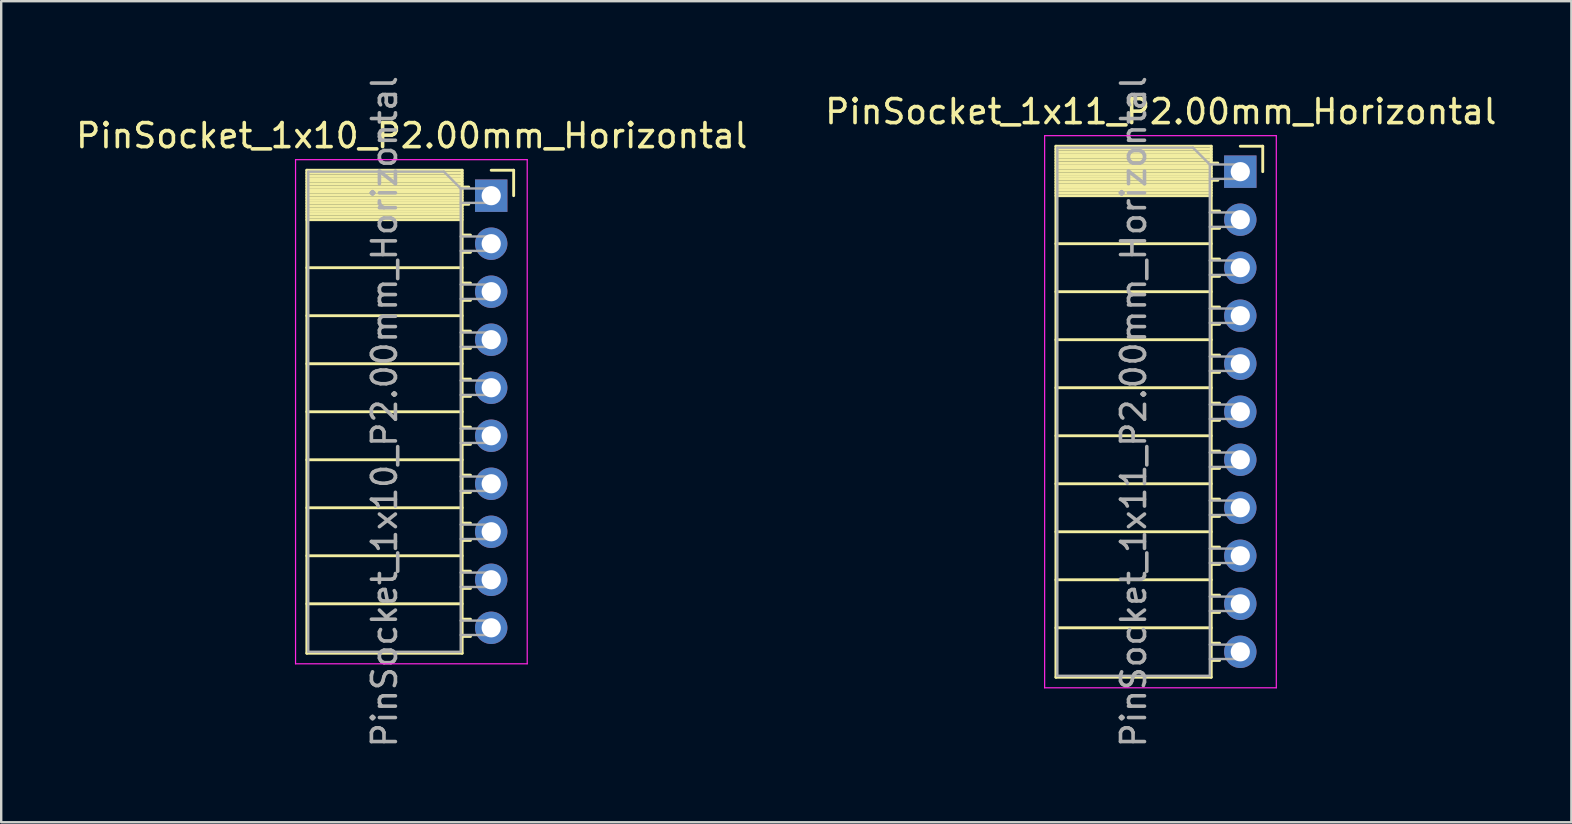
<source format=kicad_pcb>
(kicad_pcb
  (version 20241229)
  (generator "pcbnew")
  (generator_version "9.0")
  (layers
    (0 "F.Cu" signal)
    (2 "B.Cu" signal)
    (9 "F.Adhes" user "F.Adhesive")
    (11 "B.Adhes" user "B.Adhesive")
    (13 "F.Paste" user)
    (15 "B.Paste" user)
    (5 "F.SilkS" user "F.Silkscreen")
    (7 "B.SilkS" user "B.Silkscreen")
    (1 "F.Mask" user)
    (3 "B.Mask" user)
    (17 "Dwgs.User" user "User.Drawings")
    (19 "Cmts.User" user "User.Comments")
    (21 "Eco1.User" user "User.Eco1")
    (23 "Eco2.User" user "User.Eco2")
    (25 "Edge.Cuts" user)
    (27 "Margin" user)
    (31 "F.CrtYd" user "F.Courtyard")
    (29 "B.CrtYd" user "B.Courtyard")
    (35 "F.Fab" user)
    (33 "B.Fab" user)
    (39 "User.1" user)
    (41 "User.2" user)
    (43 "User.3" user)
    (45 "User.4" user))
  (footprint "PinSocket_1x11_P2.00mm_Horizontal"
    (layer "F.Cu")
    (at 48.614 4.101)
    (property "Reference" "PinSocket_1x11_P2.00mm_Horizontal" (at -3.31 -2.5 0) (layer "F.SilkS") (effects (font (size 1 1) (thickness 0.15))))
    (attr through_hole)
    (fp_line (start -7.68 -1.06) (end -7.68 21.06) (stroke (width 0.12) (type solid)) (layer "F.SilkS"))
    (fp_line (start -7.68 -1.06) (end -1.21 -1.06) (stroke (width 0.12) (type solid)) (layer "F.SilkS"))
    (fp_line (start -7.68 -0.94) (end -1.21 -0.94) (stroke (width 0.12) (type solid)) (layer "F.SilkS"))
    (fp_line (start -7.68 -0.826) (end -1.21 -0.826) (stroke (width 0.12) (type solid)) (layer "F.SilkS"))
    (fp_line (start -7.68 -0.712) (end -1.21 -0.712) (stroke (width 0.12) (type solid)) (layer "F.SilkS"))
    (fp_line (start -7.68 -0.598) (end -1.21 -0.598) (stroke (width 0.12) (type solid)) (layer "F.SilkS"))
    (fp_line (start -7.68 -0.484) (end -1.21 -0.484) (stroke (width 0.12) (type solid)) (layer "F.SilkS"))
    (fp_line (start -7.68 -0.369) (end -1.21 -0.369) (stroke (width 0.12) (type solid)) (layer "F.SilkS"))
    (fp_line (start -7.68 -0.255) (end -1.21 -0.255) (stroke (width 0.12) (type solid)) (layer "F.SilkS"))
    (fp_line (start -7.68 -0.141) (end -1.21 -0.141) (stroke (width 0.12) (type solid)) (layer "F.SilkS"))
    (fp_line (start -7.68 -0.027) (end -1.21 -0.027) (stroke (width 0.12) (type solid)) (layer "F.SilkS"))
    (fp_line (start -7.68 0.087) (end -1.21 0.087) (stroke (width 0.12) (type solid)) (layer "F.SilkS"))
    (fp_line (start -7.68 0.201) (end -1.21 0.201) (stroke (width 0.12) (type solid)) (layer "F.SilkS"))
    (fp_line (start -7.68 0.315) (end -1.21 0.315) (stroke (width 0.12) (type solid)) (layer "F.SilkS"))
    (fp_line (start -7.68 0.429) (end -1.21 0.429) (stroke (width 0.12) (type solid)) (layer "F.SilkS"))
    (fp_line (start -7.68 0.544) (end -1.21 0.544) (stroke (width 0.12) (type solid)) (layer "F.SilkS"))
    (fp_line (start -7.68 0.658) (end -1.21 0.658) (stroke (width 0.12) (type solid)) (layer "F.SilkS"))
    (fp_line (start -7.68 0.772) (end -1.21 0.772) (stroke (width 0.12) (type solid)) (layer "F.SilkS"))
    (fp_line (start -7.68 0.886) (end -1.21 0.886) (stroke (width 0.12) (type solid)) (layer "F.SilkS"))
    (fp_line (start -7.68 1) (end -1.21 1) (stroke (width 0.12) (type solid)) (layer "F.SilkS"))
    (fp_line (start -7.68 3) (end -1.21 3) (stroke (width 0.12) (type solid)) (layer "F.SilkS"))
    (fp_line (start -7.68 5) (end -1.21 5) (stroke (width 0.12) (type solid)) (layer "F.SilkS"))
    (fp_line (start -7.68 7) (end -1.21 7) (stroke (width 0.12) (type solid)) (layer "F.SilkS"))
    (fp_line (start -7.68 9) (end -1.21 9) (stroke (width 0.12) (type solid)) (layer "F.SilkS"))
    (fp_line (start -7.68 11) (end -1.21 11) (stroke (width 0.12) (type solid)) (layer "F.SilkS"))
    (fp_line (start -7.68 13) (end -1.21 13) (stroke (width 0.12) (type solid)) (layer "F.SilkS"))
    (fp_line (start -7.68 15) (end -1.21 15) (stroke (width 0.12) (type solid)) (layer "F.SilkS"))
    (fp_line (start -7.68 17) (end -1.21 17) (stroke (width 0.12) (type solid)) (layer "F.SilkS"))
    (fp_line (start -7.68 19) (end -1.21 19) (stroke (width 0.12) (type solid)) (layer "F.SilkS"))
    (fp_line (start -7.68 21.06) (end -1.21 21.06) (stroke (width 0.12) (type solid)) (layer "F.SilkS"))
    (fp_line (start -1.21 -1.06) (end -1.21 21.06) (stroke (width 0.12) (type solid)) (layer "F.SilkS"))
    (fp_line (start -1.21 -0.36) (end -0.935 -0.36) (stroke (width 0.12) (type solid)) (layer "F.SilkS"))
    (fp_line (start -1.21 0.36) (end -0.935 0.36) (stroke (width 0.12) (type solid)) (layer "F.SilkS"))
    (fp_line (start -1.21 1.64) (end -0.863 1.64) (stroke (width 0.12) (type solid)) (layer "F.SilkS"))
    (fp_line (start -1.21 2.36) (end -0.863 2.36) (stroke (width 0.12) (type solid)) (layer "F.SilkS"))
    (fp_line (start -1.21 3.64) (end -0.863 3.64) (stroke (width 0.12) (type solid)) (layer "F.SilkS"))
    (fp_line (start -1.21 4.36) (end -0.863 4.36) (stroke (width 0.12) (type solid)) (layer "F.SilkS"))
    (fp_line (start -1.21 5.64) (end -0.863 5.64) (stroke (width 0.12) (type solid)) (layer "F.SilkS"))
    (fp_line (start -1.21 6.36) (end -0.863 6.36) (stroke (width 0.12) (type solid)) (layer "F.SilkS"))
    (fp_line (start -1.21 7.64) (end -0.863 7.64) (stroke (width 0.12) (type solid)) (layer "F.SilkS"))
    (fp_line (start -1.21 8.36) (end -0.863 8.36) (stroke (width 0.12) (type solid)) (layer "F.SilkS"))
    (fp_line (start -1.21 9.64) (end -0.863 9.64) (stroke (width 0.12) (type solid)) (layer "F.SilkS"))
    (fp_line (start -1.21 10.36) (end -0.863 10.36) (stroke (width 0.12) (type solid)) (layer "F.SilkS"))
    (fp_line (start -1.21 11.64) (end -0.863 11.64) (stroke (width 0.12) (type solid)) (layer "F.SilkS"))
    (fp_line (start -1.21 12.36) (end -0.863 12.36) (stroke (width 0.12) (type solid)) (layer "F.SilkS"))
    (fp_line (start -1.21 13.64) (end -0.863 13.64) (stroke (width 0.12) (type solid)) (layer "F.SilkS"))
    (fp_line (start -1.21 14.36) (end -0.863 14.36) (stroke (width 0.12) (type solid)) (layer "F.SilkS"))
    (fp_line (start -1.21 15.64) (end -0.863 15.64) (stroke (width 0.12) (type solid)) (layer "F.SilkS"))
    (fp_line (start -1.21 16.36) (end -0.863 16.36) (stroke (width 0.12) (type solid)) (layer "F.SilkS"))
    (fp_line (start -1.21 17.64) (end -0.863 17.64) (stroke (width 0.12) (type solid)) (layer "F.SilkS"))
    (fp_line (start -1.21 18.36) (end -0.863 18.36) (stroke (width 0.12) (type solid)) (layer "F.SilkS"))
    (fp_line (start -1.21 19.64) (end -0.863 19.64) (stroke (width 0.12) (type solid)) (layer "F.SilkS"))
    (fp_line (start -1.21 20.36) (end -0.863 20.36) (stroke (width 0.12) (type solid)) (layer "F.SilkS"))
    (fp_line (start 0 -1.06) (end 0.935 -1.06) (stroke (width 0.12) (type solid)) (layer "F.SilkS"))
    (fp_line (start 0.935 -1.06) (end 0.935 0) (stroke (width 0.12) (type solid)) (layer "F.SilkS"))
    (fp_line (start -8.15 -1.5) (end -8.15 21.5) (stroke (width 0.05) (type solid)) (layer "F.CrtYd"))
    (fp_line (start -8.15 21.5) (end 1.5 21.5) (stroke (width 0.05) (type solid)) (layer "F.CrtYd"))
    (fp_line (start 1.5 -1.5) (end -8.15 -1.5) (stroke (width 0.05) (type solid)) (layer "F.CrtYd"))
    (fp_line (start 1.5 21.5) (end 1.5 -1.5) (stroke (width 0.05) (type solid)) (layer "F.CrtYd"))
    (fp_line (start -7.62 -1) (end -1.97 -1) (stroke (width 0.1) (type solid)) (layer "F.Fab"))
    (fp_line (start -7.62 21) (end -7.62 -1) (stroke (width 0.1) (type solid)) (layer "F.Fab"))
    (fp_line (start -1.97 -1) (end -1.27 -0.3) (stroke (width 0.1) (type solid)) (layer "F.Fab"))
    (fp_line (start -1.27 -0.3) (end -1.27 21) (stroke (width 0.1) (type solid)) (layer "F.Fab"))
    (fp_line (start -1.27 0.3) (end 0 0.3) (stroke (width 0.1) (type solid)) (layer "F.Fab"))
    (fp_line (start -1.27 2.3) (end 0 2.3) (stroke (width 0.1) (type solid)) (layer "F.Fab"))
    (fp_line (start -1.27 4.3) (end 0 4.3) (stroke (width 0.1) (type solid)) (layer "F.Fab"))
    (fp_line (start -1.27 6.3) (end 0 6.3) (stroke (width 0.1) (type solid)) (layer "F.Fab"))
    (fp_line (start -1.27 8.3) (end 0 8.3) (stroke (width 0.1) (type solid)) (layer "F.Fab"))
    (fp_line (start -1.27 10.3) (end 0 10.3) (stroke (width 0.1) (type solid)) (layer "F.Fab"))
    (fp_line (start -1.27 12.3) (end 0 12.3) (stroke (width 0.1) (type solid)) (layer "F.Fab"))
    (fp_line (start -1.27 14.3) (end 0 14.3) (stroke (width 0.1) (type solid)) (layer "F.Fab"))
    (fp_line (start -1.27 16.3) (end 0 16.3) (stroke (width 0.1) (type solid)) (layer "F.Fab"))
    (fp_line (start -1.27 18.3) (end 0 18.3) (stroke (width 0.1) (type solid)) (layer "F.Fab"))
    (fp_line (start -1.27 20.3) (end 0 20.3) (stroke (width 0.1) (type solid)) (layer "F.Fab"))
    (fp_line (start -1.27 21) (end -7.62 21) (stroke (width 0.1) (type solid)) (layer "F.Fab"))
    (fp_line (start 0 -0.3) (end -1.27 -0.3) (stroke (width 0.1) (type solid)) (layer "F.Fab"))
    (fp_line (start 0 0.3) (end 0 -0.3) (stroke (width 0.1) (type solid)) (layer "F.Fab"))
    (fp_line (start 0 1.7) (end -1.27 1.7) (stroke (width 0.1) (type solid)) (layer "F.Fab"))
    (fp_line (start 0 2.3) (end 0 1.7) (stroke (width 0.1) (type solid)) (layer "F.Fab"))
    (fp_line (start 0 3.7) (end -1.27 3.7) (stroke (width 0.1) (type solid)) (layer "F.Fab"))
    (fp_line (start 0 4.3) (end 0 3.7) (stroke (width 0.1) (type solid)) (layer "F.Fab"))
    (fp_line (start 0 5.7) (end -1.27 5.7) (stroke (width 0.1) (type solid)) (layer "F.Fab"))
    (fp_line (start 0 6.3) (end 0 5.7) (stroke (width 0.1) (type solid)) (layer "F.Fab"))
    (fp_line (start 0 7.7) (end -1.27 7.7) (stroke (width 0.1) (type solid)) (layer "F.Fab"))
    (fp_line (start 0 8.3) (end 0 7.7) (stroke (width 0.1) (type solid)) (layer "F.Fab"))
    (fp_line (start 0 9.7) (end -1.27 9.7) (stroke (width 0.1) (type solid)) (layer "F.Fab"))
    (fp_line (start 0 10.3) (end 0 9.7) (stroke (width 0.1) (type solid)) (layer "F.Fab"))
    (fp_line (start 0 11.7) (end -1.27 11.7) (stroke (width 0.1) (type solid)) (layer "F.Fab"))
    (fp_line (start 0 12.3) (end 0 11.7) (stroke (width 0.1) (type solid)) (layer "F.Fab"))
    (fp_line (start 0 13.7) (end -1.27 13.7) (stroke (width 0.1) (type solid)) (layer "F.Fab"))
    (fp_line (start 0 14.3) (end 0 13.7) (stroke (width 0.1) (type solid)) (layer "F.Fab"))
    (fp_line (start 0 15.7) (end -1.27 15.7) (stroke (width 0.1) (type solid)) (layer "F.Fab"))
    (fp_line (start 0 16.3) (end 0 15.7) (stroke (width 0.1) (type solid)) (layer "F.Fab"))
    (fp_line (start 0 17.7) (end -1.27 17.7) (stroke (width 0.1) (type solid)) (layer "F.Fab"))
    (fp_line (start 0 18.3) (end 0 17.7) (stroke (width 0.1) (type solid)) (layer "F.Fab"))
    (fp_line (start 0 19.7) (end -1.27 19.7) (stroke (width 0.1) (type solid)) (layer "F.Fab"))
    (fp_line (start 0 20.3) (end 0 19.7) (stroke (width 0.1) (type solid)) (layer "F.Fab"))
    (fp_text user "${REFERENCE}" (at -4.445 10 90) (layer "F.Fab") (effects (font (size 1 1) (thickness 0.15))))
    (pad "1" thru_hole rect (at 0 0) (size 1.35 1.35) (drill 0.8) (layers "*.Cu" "*.Mask"))
    (pad "2" thru_hole oval (at 0 2) (size 1.35 1.35) (drill 0.8) (layers "*.Cu" "*.Mask"))
    (pad "3" thru_hole oval (at 0 4) (size 1.35 1.35) (drill 0.8) (layers "*.Cu" "*.Mask"))
    (pad "4" thru_hole oval (at 0 6) (size 1.35 1.35) (drill 0.8) (layers "*.Cu" "*.Mask"))
    (pad "5" thru_hole oval (at 0 8) (size 1.35 1.35) (drill 0.8) (layers "*.Cu" "*.Mask"))
    (pad "6" thru_hole oval (at 0 10) (size 1.35 1.35) (drill 0.8) (layers "*.Cu" "*.Mask"))
    (pad "7" thru_hole oval (at 0 12) (size 1.35 1.35) (drill 0.8) (layers "*.Cu" "*.Mask"))
    (pad "8" thru_hole oval (at 0 14) (size 1.35 1.35) (drill 0.8) (layers "*.Cu" "*.Mask"))
    (pad "9" thru_hole oval (at 0 16) (size 1.35 1.35) (drill 0.8) (layers "*.Cu" "*.Mask"))
    (pad "10" thru_hole oval (at 0 18) (size 1.35 1.35) (drill 0.8) (layers "*.Cu" "*.Mask"))
    (pad "11" thru_hole oval (at 0 20) (size 1.35 1.35) (drill 0.8) (layers "*.Cu" "*.Mask")))
  (footprint "PinSocket_1x10_P2.00mm_Horizontal"
    (layer "F.Cu")
    (at 17.411 5.101)
    (property "Reference" "PinSocket_1x10_P2.00mm_Horizontal" (at -3.31 -2.5 0) (layer "F.SilkS") (effects (font (size 1 1) (thickness 0.15))))
    (attr through_hole)
    (fp_line (start -7.68 -1.06) (end -7.68 19.06) (stroke (width 0.12) (type solid)) (layer "F.SilkS"))
    (fp_line (start -7.68 -1.06) (end -1.21 -1.06) (stroke (width 0.12) (type solid)) (layer "F.SilkS"))
    (fp_line (start -7.68 -0.94) (end -1.21 -0.94) (stroke (width 0.12) (type solid)) (layer "F.SilkS"))
    (fp_line (start -7.68 -0.826) (end -1.21 -0.826) (stroke (width 0.12) (type solid)) (layer "F.SilkS"))
    (fp_line (start -7.68 -0.712) (end -1.21 -0.712) (stroke (width 0.12) (type solid)) (layer "F.SilkS"))
    (fp_line (start -7.68 -0.598) (end -1.21 -0.598) (stroke (width 0.12) (type solid)) (layer "F.SilkS"))
    (fp_line (start -7.68 -0.484) (end -1.21 -0.484) (stroke (width 0.12) (type solid)) (layer "F.SilkS"))
    (fp_line (start -7.68 -0.369) (end -1.21 -0.369) (stroke (width 0.12) (type solid)) (layer "F.SilkS"))
    (fp_line (start -7.68 -0.255) (end -1.21 -0.255) (stroke (width 0.12) (type solid)) (layer "F.SilkS"))
    (fp_line (start -7.68 -0.141) (end -1.21 -0.141) (stroke (width 0.12) (type solid)) (layer "F.SilkS"))
    (fp_line (start -7.68 -0.027) (end -1.21 -0.027) (stroke (width 0.12) (type solid)) (layer "F.SilkS"))
    (fp_line (start -7.68 0.087) (end -1.21 0.087) (stroke (width 0.12) (type solid)) (layer "F.SilkS"))
    (fp_line (start -7.68 0.201) (end -1.21 0.201) (stroke (width 0.12) (type solid)) (layer "F.SilkS"))
    (fp_line (start -7.68 0.315) (end -1.21 0.315) (stroke (width 0.12) (type solid)) (layer "F.SilkS"))
    (fp_line (start -7.68 0.429) (end -1.21 0.429) (stroke (width 0.12) (type solid)) (layer "F.SilkS"))
    (fp_line (start -7.68 0.544) (end -1.21 0.544) (stroke (width 0.12) (type solid)) (layer "F.SilkS"))
    (fp_line (start -7.68 0.658) (end -1.21 0.658) (stroke (width 0.12) (type solid)) (layer "F.SilkS"))
    (fp_line (start -7.68 0.772) (end -1.21 0.772) (stroke (width 0.12) (type solid)) (layer "F.SilkS"))
    (fp_line (start -7.68 0.886) (end -1.21 0.886) (stroke (width 0.12) (type solid)) (layer "F.SilkS"))
    (fp_line (start -7.68 1) (end -1.21 1) (stroke (width 0.12) (type solid)) (layer "F.SilkS"))
    (fp_line (start -7.68 3) (end -1.21 3) (stroke (width 0.12) (type solid)) (layer "F.SilkS"))
    (fp_line (start -7.68 5) (end -1.21 5) (stroke (width 0.12) (type solid)) (layer "F.SilkS"))
    (fp_line (start -7.68 7) (end -1.21 7) (stroke (width 0.12) (type solid)) (layer "F.SilkS"))
    (fp_line (start -7.68 9) (end -1.21 9) (stroke (width 0.12) (type solid)) (layer "F.SilkS"))
    (fp_line (start -7.68 11) (end -1.21 11) (stroke (width 0.12) (type solid)) (layer "F.SilkS"))
    (fp_line (start -7.68 13) (end -1.21 13) (stroke (width 0.12) (type solid)) (layer "F.SilkS"))
    (fp_line (start -7.68 15) (end -1.21 15) (stroke (width 0.12) (type solid)) (layer "F.SilkS"))
    (fp_line (start -7.68 17) (end -1.21 17) (stroke (width 0.12) (type solid)) (layer "F.SilkS"))
    (fp_line (start -7.68 19.06) (end -1.21 19.06) (stroke (width 0.12) (type solid)) (layer "F.SilkS"))
    (fp_line (start -1.21 -1.06) (end -1.21 19.06) (stroke (width 0.12) (type solid)) (layer "F.SilkS"))
    (fp_line (start -1.21 -0.36) (end -0.935 -0.36) (stroke (width 0.12) (type solid)) (layer "F.SilkS"))
    (fp_line (start -1.21 0.36) (end -0.935 0.36) (stroke (width 0.12) (type solid)) (layer "F.SilkS"))
    (fp_line (start -1.21 1.64) (end -0.863 1.64) (stroke (width 0.12) (type solid)) (layer "F.SilkS"))
    (fp_line (start -1.21 2.36) (end -0.863 2.36) (stroke (width 0.12) (type solid)) (layer "F.SilkS"))
    (fp_line (start -1.21 3.64) (end -0.863 3.64) (stroke (width 0.12) (type solid)) (layer "F.SilkS"))
    (fp_line (start -1.21 4.36) (end -0.863 4.36) (stroke (width 0.12) (type solid)) (layer "F.SilkS"))
    (fp_line (start -1.21 5.64) (end -0.863 5.64) (stroke (width 0.12) (type solid)) (layer "F.SilkS"))
    (fp_line (start -1.21 6.36) (end -0.863 6.36) (stroke (width 0.12) (type solid)) (layer "F.SilkS"))
    (fp_line (start -1.21 7.64) (end -0.863 7.64) (stroke (width 0.12) (type solid)) (layer "F.SilkS"))
    (fp_line (start -1.21 8.36) (end -0.863 8.36) (stroke (width 0.12) (type solid)) (layer "F.SilkS"))
    (fp_line (start -1.21 9.64) (end -0.863 9.64) (stroke (width 0.12) (type solid)) (layer "F.SilkS"))
    (fp_line (start -1.21 10.36) (end -0.863 10.36) (stroke (width 0.12) (type solid)) (layer "F.SilkS"))
    (fp_line (start -1.21 11.64) (end -0.863 11.64) (stroke (width 0.12) (type solid)) (layer "F.SilkS"))
    (fp_line (start -1.21 12.36) (end -0.863 12.36) (stroke (width 0.12) (type solid)) (layer "F.SilkS"))
    (fp_line (start -1.21 13.64) (end -0.863 13.64) (stroke (width 0.12) (type solid)) (layer "F.SilkS"))
    (fp_line (start -1.21 14.36) (end -0.863 14.36) (stroke (width 0.12) (type solid)) (layer "F.SilkS"))
    (fp_line (start -1.21 15.64) (end -0.863 15.64) (stroke (width 0.12) (type solid)) (layer "F.SilkS"))
    (fp_line (start -1.21 16.36) (end -0.863 16.36) (stroke (width 0.12) (type solid)) (layer "F.SilkS"))
    (fp_line (start -1.21 17.64) (end -0.863 17.64) (stroke (width 0.12) (type solid)) (layer "F.SilkS"))
    (fp_line (start -1.21 18.36) (end -0.863 18.36) (stroke (width 0.12) (type solid)) (layer "F.SilkS"))
    (fp_line (start 0 -1.06) (end 0.935 -1.06) (stroke (width 0.12) (type solid)) (layer "F.SilkS"))
    (fp_line (start 0.935 -1.06) (end 0.935 0) (stroke (width 0.12) (type solid)) (layer "F.SilkS"))
    (fp_line (start -8.15 -1.5) (end -8.15 19.5) (stroke (width 0.05) (type solid)) (layer "F.CrtYd"))
    (fp_line (start -8.15 19.5) (end 1.5 19.5) (stroke (width 0.05) (type solid)) (layer "F.CrtYd"))
    (fp_line (start 1.5 -1.5) (end -8.15 -1.5) (stroke (width 0.05) (type solid)) (layer "F.CrtYd"))
    (fp_line (start 1.5 19.5) (end 1.5 -1.5) (stroke (width 0.05) (type solid)) (layer "F.CrtYd"))
    (fp_line (start -7.62 -1) (end -1.97 -1) (stroke (width 0.1) (type solid)) (layer "F.Fab"))
    (fp_line (start -7.62 19) (end -7.62 -1) (stroke (width 0.1) (type solid)) (layer "F.Fab"))
    (fp_line (start -1.97 -1) (end -1.27 -0.3) (stroke (width 0.1) (type solid)) (layer "F.Fab"))
    (fp_line (start -1.27 -0.3) (end -1.27 19) (stroke (width 0.1) (type solid)) (layer "F.Fab"))
    (fp_line (start -1.27 0.3) (end 0 0.3) (stroke (width 0.1) (type solid)) (layer "F.Fab"))
    (fp_line (start -1.27 2.3) (end 0 2.3) (stroke (width 0.1) (type solid)) (layer "F.Fab"))
    (fp_line (start -1.27 4.3) (end 0 4.3) (stroke (width 0.1) (type solid)) (layer "F.Fab"))
    (fp_line (start -1.27 6.3) (end 0 6.3) (stroke (width 0.1) (type solid)) (layer "F.Fab"))
    (fp_line (start -1.27 8.3) (end 0 8.3) (stroke (width 0.1) (type solid)) (layer "F.Fab"))
    (fp_line (start -1.27 10.3) (end 0 10.3) (stroke (width 0.1) (type solid)) (layer "F.Fab"))
    (fp_line (start -1.27 12.3) (end 0 12.3) (stroke (width 0.1) (type solid)) (layer "F.Fab"))
    (fp_line (start -1.27 14.3) (end 0 14.3) (stroke (width 0.1) (type solid)) (layer "F.Fab"))
    (fp_line (start -1.27 16.3) (end 0 16.3) (stroke (width 0.1) (type solid)) (layer "F.Fab"))
    (fp_line (start -1.27 18.3) (end 0 18.3) (stroke (width 0.1) (type solid)) (layer "F.Fab"))
    (fp_line (start -1.27 19) (end -7.62 19) (stroke (width 0.1) (type solid)) (layer "F.Fab"))
    (fp_line (start 0 -0.3) (end -1.27 -0.3) (stroke (width 0.1) (type solid)) (layer "F.Fab"))
    (fp_line (start 0 0.3) (end 0 -0.3) (stroke (width 0.1) (type solid)) (layer "F.Fab"))
    (fp_line (start 0 1.7) (end -1.27 1.7) (stroke (width 0.1) (type solid)) (layer "F.Fab"))
    (fp_line (start 0 2.3) (end 0 1.7) (stroke (width 0.1) (type solid)) (layer "F.Fab"))
    (fp_line (start 0 3.7) (end -1.27 3.7) (stroke (width 0.1) (type solid)) (layer "F.Fab"))
    (fp_line (start 0 4.3) (end 0 3.7) (stroke (width 0.1) (type solid)) (layer "F.Fab"))
    (fp_line (start 0 5.7) (end -1.27 5.7) (stroke (width 0.1) (type solid)) (layer "F.Fab"))
    (fp_line (start 0 6.3) (end 0 5.7) (stroke (width 0.1) (type solid)) (layer "F.Fab"))
    (fp_line (start 0 7.7) (end -1.27 7.7) (stroke (width 0.1) (type solid)) (layer "F.Fab"))
    (fp_line (start 0 8.3) (end 0 7.7) (stroke (width 0.1) (type solid)) (layer "F.Fab"))
    (fp_line (start 0 9.7) (end -1.27 9.7) (stroke (width 0.1) (type solid)) (layer "F.Fab"))
    (fp_line (start 0 10.3) (end 0 9.7) (stroke (width 0.1) (type solid)) (layer "F.Fab"))
    (fp_line (start 0 11.7) (end -1.27 11.7) (stroke (width 0.1) (type solid)) (layer "F.Fab"))
    (fp_line (start 0 12.3) (end 0 11.7) (stroke (width 0.1) (type solid)) (layer "F.Fab"))
    (fp_line (start 0 13.7) (end -1.27 13.7) (stroke (width 0.1) (type solid)) (layer "F.Fab"))
    (fp_line (start 0 14.3) (end 0 13.7) (stroke (width 0.1) (type solid)) (layer "F.Fab"))
    (fp_line (start 0 15.7) (end -1.27 15.7) (stroke (width 0.1) (type solid)) (layer "F.Fab"))
    (fp_line (start 0 16.3) (end 0 15.7) (stroke (width 0.1) (type solid)) (layer "F.Fab"))
    (fp_line (start 0 17.7) (end -1.27 17.7) (stroke (width 0.1) (type solid)) (layer "F.Fab"))
    (fp_line (start 0 18.3) (end 0 17.7) (stroke (width 0.1) (type solid)) (layer "F.Fab"))
    (fp_text user "${REFERENCE}" (at -4.445 9 90) (layer "F.Fab") (effects (font (size 1 1) (thickness 0.15))))
    (pad "1" thru_hole rect (at 0 0) (size 1.35 1.35) (drill 0.8) (layers "*.Cu" "*.Mask"))
    (pad "2" thru_hole oval (at 0 2) (size 1.35 1.35) (drill 0.8) (layers "*.Cu" "*.Mask"))
    (pad "3" thru_hole oval (at 0 4) (size 1.35 1.35) (drill 0.8) (layers "*.Cu" "*.Mask"))
    (pad "4" thru_hole oval (at 0 6) (size 1.35 1.35) (drill 0.8) (layers "*.Cu" "*.Mask"))
    (pad "5" thru_hole oval (at 0 8) (size 1.35 1.35) (drill 0.8) (layers "*.Cu" "*.Mask"))
    (pad "6" thru_hole oval (at 0 10) (size 1.35 1.35) (drill 0.8) (layers "*.Cu" "*.Mask"))
    (pad "7" thru_hole oval (at 0 12) (size 1.35 1.35) (drill 0.8) (layers "*.Cu" "*.Mask"))
    (pad "8" thru_hole oval (at 0 14) (size 1.35 1.35) (drill 0.8) (layers "*.Cu" "*.Mask"))
    (pad "9" thru_hole oval (at 0 16) (size 1.35 1.35) (drill 0.8) (layers "*.Cu" "*.Mask"))
    (pad "10" thru_hole oval (at 0 18) (size 1.35 1.35) (drill 0.8) (layers "*.Cu" "*.Mask")))
  (gr_rect
    (start -3 -3)
    (end 62.405 31.202)
    (stroke (width 0.1) (type default))
    (fill no)
    (layer "Edge.Cuts")))
</source>
